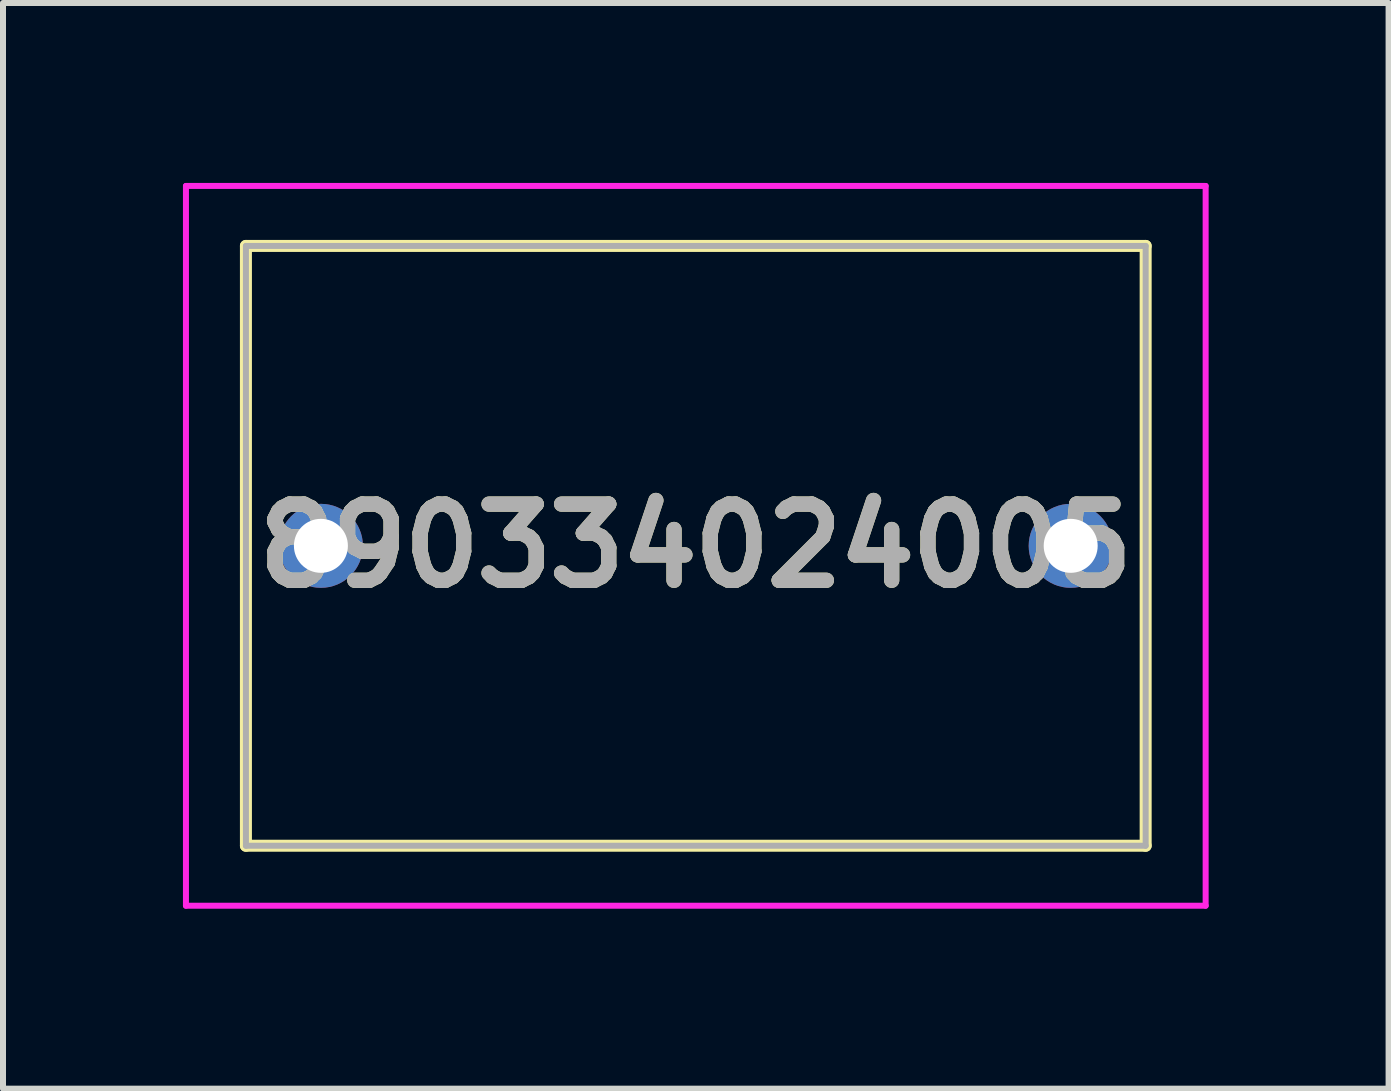
<source format=kicad_pcb>
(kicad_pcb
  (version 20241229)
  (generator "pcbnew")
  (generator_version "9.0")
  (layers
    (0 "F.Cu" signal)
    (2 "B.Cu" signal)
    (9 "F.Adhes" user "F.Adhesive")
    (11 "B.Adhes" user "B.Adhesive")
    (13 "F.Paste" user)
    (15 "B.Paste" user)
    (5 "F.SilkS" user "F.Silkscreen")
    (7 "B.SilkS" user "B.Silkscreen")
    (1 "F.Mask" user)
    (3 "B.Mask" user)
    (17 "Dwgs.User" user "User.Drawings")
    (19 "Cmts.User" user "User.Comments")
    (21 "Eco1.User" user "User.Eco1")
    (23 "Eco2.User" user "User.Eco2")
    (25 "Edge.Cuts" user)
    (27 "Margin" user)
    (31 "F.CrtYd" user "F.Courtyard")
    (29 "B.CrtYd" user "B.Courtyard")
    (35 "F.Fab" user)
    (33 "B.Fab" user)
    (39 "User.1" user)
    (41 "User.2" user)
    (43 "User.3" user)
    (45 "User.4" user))
  (footprint "890334024005"
    (layer "F.Cu")
    (at 2.3 6.05)
    (property "Reference" "890334024005" (at 6.25 0 0) (layer "F.SilkS") (effects (font (size 1.27 1.27) (thickness 0.254))))
    (attr through_hole)
    (fp_line (start -1.25 -5) (end 13.75 -5) (stroke (width 0.2) (type solid)) (layer "F.SilkS"))
    (fp_line (start -1.25 5) (end -1.25 -5) (stroke (width 0.2) (type solid)) (layer "F.SilkS"))
    (fp_line (start 13.75 -5) (end 13.75 5) (stroke (width 0.2) (type solid)) (layer "F.SilkS"))
    (fp_line (start 13.75 5) (end -1.25 5) (stroke (width 0.2) (type solid)) (layer "F.SilkS"))
    (fp_line (start -2.25 -6) (end 14.75 -6) (stroke (width 0.1) (type solid)) (layer "F.CrtYd"))
    (fp_line (start -2.25 6) (end -2.25 -6) (stroke (width 0.1) (type solid)) (layer "F.CrtYd"))
    (fp_line (start 14.75 -6) (end 14.75 6) (stroke (width 0.1) (type solid)) (layer "F.CrtYd"))
    (fp_line (start 14.75 6) (end -2.25 6) (stroke (width 0.1) (type solid)) (layer "F.CrtYd"))
    (fp_line (start -1.25 -5) (end 13.75 -5) (stroke (width 0.1) (type solid)) (layer "F.Fab"))
    (fp_line (start -1.25 5) (end -1.25 -5) (stroke (width 0.1) (type solid)) (layer "F.Fab"))
    (fp_line (start 13.75 -5) (end 13.75 5) (stroke (width 0.1) (type solid)) (layer "F.Fab"))
    (fp_line (start 13.75 5) (end -1.25 5) (stroke (width 0.1) (type solid)) (layer "F.Fab"))
    (fp_text user "${REFERENCE}" (at 6.25 0 0) (layer "F.Fab") (effects (font (size 1.27 1.27) (thickness 0.254))))
    (pad "1" thru_hole circle (at 0 0) (size 1.4 1.4) (drill 0.9) (layers "*.Cu" "*.Mask"))
    (pad "2" thru_hole circle (at 12.5 0) (size 1.4 1.4) (drill 0.9) (layers "*.Cu" "*.Mask")))
  (gr_rect
    (start -3 -3)
    (end 20.1 15.1)
    (stroke (width 0.1) (type default))
    (fill no)
    (layer "Edge.Cuts")))
</source>
